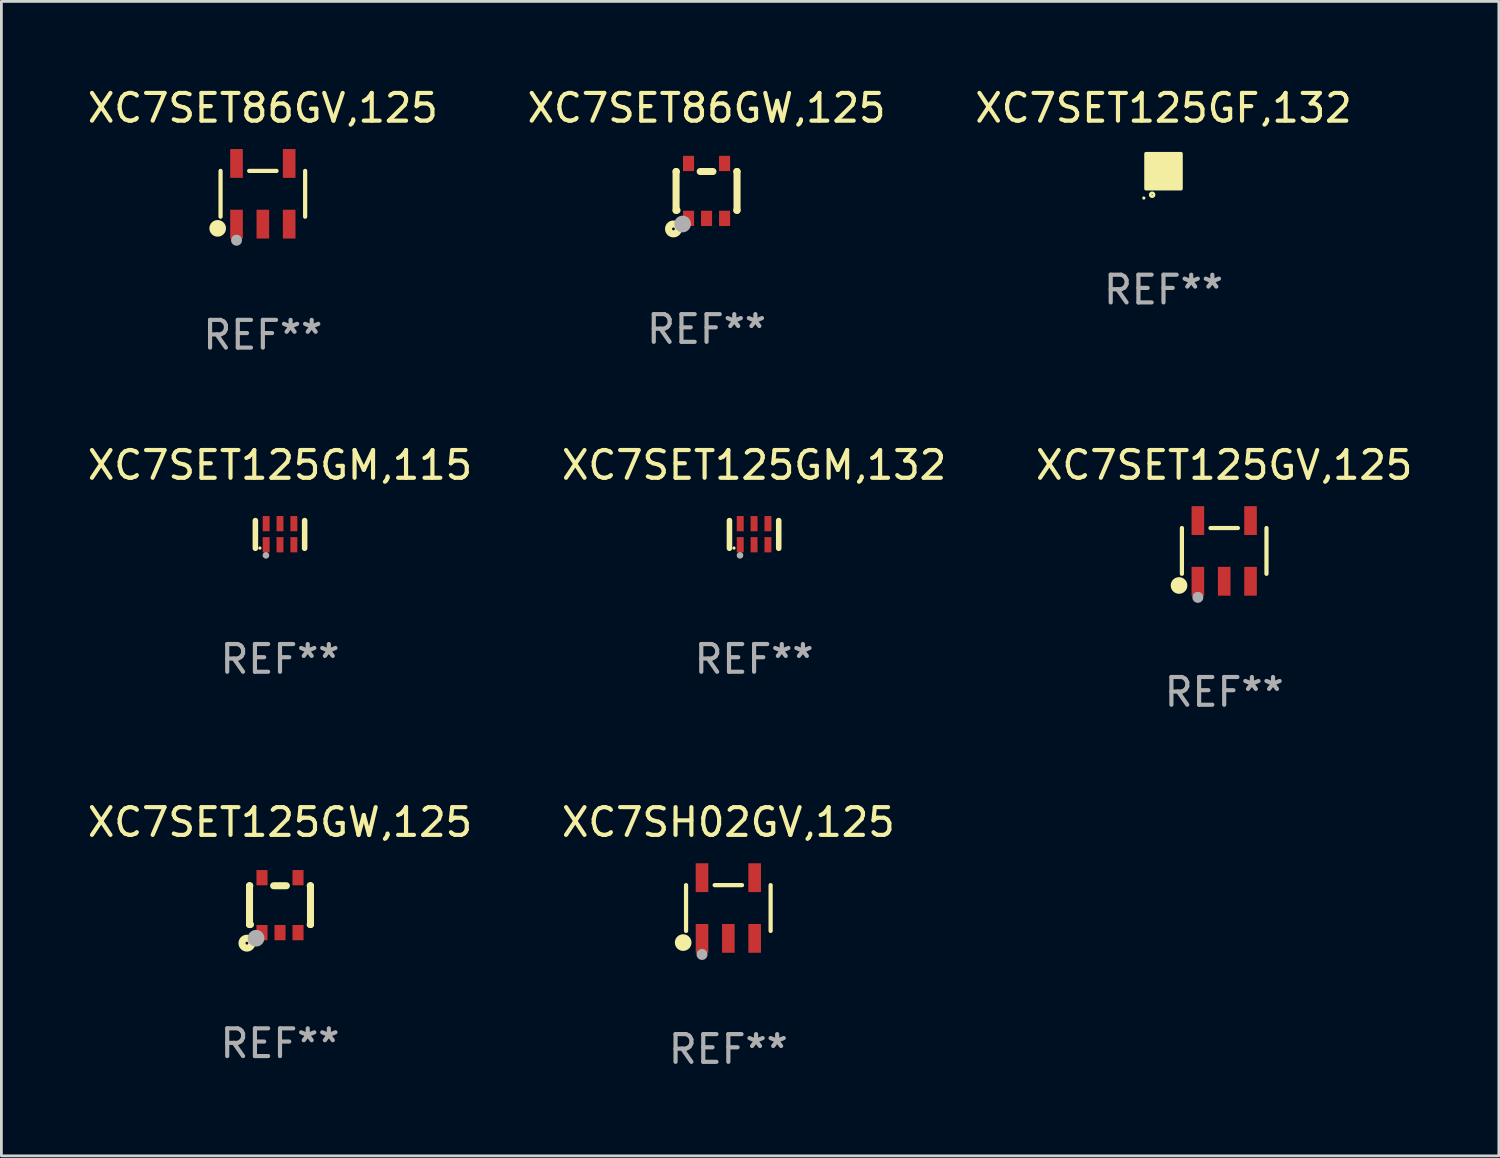
<source format=kicad_pcb>
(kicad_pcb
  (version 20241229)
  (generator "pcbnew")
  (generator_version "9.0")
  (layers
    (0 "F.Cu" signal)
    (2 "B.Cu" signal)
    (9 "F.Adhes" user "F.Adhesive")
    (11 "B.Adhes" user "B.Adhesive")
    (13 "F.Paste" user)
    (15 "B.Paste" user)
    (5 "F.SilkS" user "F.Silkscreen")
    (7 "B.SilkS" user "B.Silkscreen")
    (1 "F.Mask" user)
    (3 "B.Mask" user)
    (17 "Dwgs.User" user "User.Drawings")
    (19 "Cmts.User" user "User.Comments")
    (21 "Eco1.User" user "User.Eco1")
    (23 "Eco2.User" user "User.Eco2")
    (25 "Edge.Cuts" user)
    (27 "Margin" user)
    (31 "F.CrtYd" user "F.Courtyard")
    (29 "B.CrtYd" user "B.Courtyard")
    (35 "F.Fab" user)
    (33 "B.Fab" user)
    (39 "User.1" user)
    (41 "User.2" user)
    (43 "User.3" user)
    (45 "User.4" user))
  (footprint "XC7SET125GM,115"
    (layer "F.Cu")
    (at 7.054 16.235)
    (property "Reference" "XC7SET125GM,115" (at 0 -2.5 0) (layer "F.SilkS") (effects (font (size 1 1) (thickness 0.15))))
    (attr through_hole)
    (fp_line (start -0.889 0.5) (end -0.889 -0.5) (stroke (width 0.2) (type solid)) (layer "F.SilkS"))
    (fp_line (start 0.889 0.5) (end 0.889 -0.5) (stroke (width 0.2) (type solid)) (layer "F.SilkS"))
    (fp_circle (center -0.725 0.492) (end -0.695 0.492) (stroke (width 0.06) (type solid)) (fill no) (layer "F.SilkS"))
    (fp_circle (center -0.508 0.754) (end -0.448 0.754) (stroke (width 0.12) (type solid)) (fill no) (layer "F.Fab"))
    (fp_text user "REF**" (at 0 4.5 0) (layer "F.Fab") (effects (font (size 1 1) (thickness 0.15))))
    (pad "1" smd rect (at -0.5 0.372) (size 0.25 0.55) (layers "F.Cu" "F.Mask" "F.Paste"))
    (pad "2" smd rect (at -0.000127 0.372) (size 0.25 0.55) (layers "F.Cu" "F.Mask" "F.Paste"))
    (pad "3" smd rect (at 0.5 0.372) (size 0.25 0.55) (layers "F.Cu" "F.Mask" "F.Paste"))
    (pad "4" smd rect (at 0.5 -0.388 180) (size 0.25 0.55) (layers "F.Cu" "F.Mask" "F.Paste"))
    (pad "5" smd rect (at -0.000127 -0.388 180) (size 0.25 0.55) (layers "F.Cu" "F.Mask" "F.Paste"))
    (pad "6" smd rect (at -0.5 -0.388 180) (size 0.25 0.55) (layers "F.Cu" "F.Mask" "F.Paste")))
  (footprint "XC7SH02GV,125"
    (layer "F.Cu")
    (at 23.232 29.716)
    (property "Reference" "XC7SH02GV,125" (at 0 -3.095 0) (layer "F.SilkS") (effects (font (size 1 1) (thickness 0.15))))
    (attr through_hole)
    (fp_line (start -1.526 0.826) (end -1.526 -0.826) (stroke (width 0.152) (type solid)) (layer "F.SilkS"))
    (fp_line (start 0.494 -0.826) (end -0.494 -0.826) (stroke (width 0.152) (type solid)) (layer "F.SilkS"))
    (fp_line (start 1.526 0.826) (end 1.526 -0.826) (stroke (width 0.152) (type solid)) (layer "F.SilkS"))
    (fp_circle (center -1.63 1.247) (end -1.48 1.247) (stroke (width 0.3) (type solid)) (fill no) (layer "F.SilkS"))
    (fp_circle (center -1.45 1.375) (end -1.42 1.375) (stroke (width 0.06) (type solid)) (fill no) (layer "F.SilkS"))
    (fp_circle (center -0.95 1.675) (end -0.85 1.675) (stroke (width 0.2) (type solid)) (fill no) (layer "F.Fab"))
    (fp_text user "REF**" (at 0 5.095 0) (layer "F.Fab") (effects (font (size 1 1) (thickness 0.15))))
    (pad "1" smd rect (at -0.95 1.095) (size 0.455 1.04) (layers "F.Cu" "F.Mask" "F.Paste"))
    (pad "2" smd rect (at 0 1.095) (size 0.455 1.04) (layers "F.Cu" "F.Mask" "F.Paste"))
    (pad "3" smd rect (at 0.95 1.095) (size 0.455 1.04) (layers "F.Cu" "F.Mask" "F.Paste"))
    (pad "4" smd rect (at 0.95 -1.095) (size 0.455 1.04) (layers "F.Cu" "F.Mask" "F.Paste"))
    (pad "5" smd rect (at -0.95 -1.095) (size 0.455 1.04) (layers "F.Cu" "F.Mask" "F.Paste")))
  (footprint "XC7SET125GF,132"
    (layer "F.Cu")
    (at 38.935 3.128)
    (property "Reference" "XC7SET125GF,132" (at 0 -2.28 0) (layer "F.SilkS") (effects (font (size 1 1) (thickness 0.15))))
    (attr through_hole)
    (fp_circle (center -0.71 0.968) (end -0.68 0.968) (stroke (width 0.06) (type solid)) (fill no) (layer "F.SilkS"))
    (fp_circle (center -0.41 0.85) (end -0.342 0.85) (stroke (width 0.1) (type solid)) (fill no) (layer "F.SilkS"))
    (fp_poly (pts (xy -0.635 -0.635) (xy 0.635 -0.635) (xy 0.635 0.635) (xy -0.635 0.635)) (stroke (width 0.12) (type solid)) (fill yes) (layer "F.SilkS"))
    (fp_text user "REF**" (at 0 4.28 0) (layer "F.Fab") (effects (font (size 1 1) (thickness 0.15))))
    (pad "1" smd rect (at -0.35 0.28 90) (size 0.35 0.2) (layers "F.Cu" "F.Mask" "F.Paste"))
    (pad "2" smd rect (at 0 0.28 90) (size 0.35 0.2) (layers "F.Cu" "F.Mask" "F.Paste"))
    (pad "3" smd rect (at 0.35 0.28 90) (size 0.35 0.2) (layers "F.Cu" "F.Mask" "F.Paste"))
    (pad "4" smd rect (at 0.35 -0.28 90) (size 0.35 0.2) (layers "F.Cu" "F.Mask" "F.Paste"))
    (pad "5" smd rect (at 0 -0.28 90) (size 0.35 0.2) (layers "F.Cu" "F.Mask" "F.Paste"))
    (pad "6" smd rect (at -0.35 -0.28 90) (size 0.35 0.2) (layers "F.Cu" "F.Mask" "F.Paste")))
  (footprint "XC7SET125GV,125"
    (layer "F.Cu")
    (at 41.125 16.83)
    (property "Reference" "XC7SET125GV,125" (at 0 -3.095 0) (layer "F.SilkS") (effects (font (size 1 1) (thickness 0.15))))
    (attr through_hole)
    (fp_line (start -1.526 0.826) (end -1.526 -0.826) (stroke (width 0.152) (type solid)) (layer "F.SilkS"))
    (fp_line (start 0.494 -0.826) (end -0.494 -0.826) (stroke (width 0.152) (type solid)) (layer "F.SilkS"))
    (fp_line (start 1.526 0.826) (end 1.526 -0.826) (stroke (width 0.152) (type solid)) (layer "F.SilkS"))
    (fp_circle (center -1.63 1.247) (end -1.48 1.247) (stroke (width 0.3) (type solid)) (fill no) (layer "F.SilkS"))
    (fp_circle (center -1.45 1.375) (end -1.42 1.375) (stroke (width 0.06) (type solid)) (fill no) (layer "F.SilkS"))
    (fp_circle (center -0.95 1.675) (end -0.85 1.675) (stroke (width 0.2) (type solid)) (fill no) (layer "F.Fab"))
    (fp_text user "REF**" (at 0 5.095 0) (layer "F.Fab") (effects (font (size 1 1) (thickness 0.15))))
    (pad "1" smd rect (at -0.95 1.095) (size 0.455 1.04) (layers "F.Cu" "F.Mask" "F.Paste"))
    (pad "2" smd rect (at 0 1.095) (size 0.455 1.04) (layers "F.Cu" "F.Mask" "F.Paste"))
    (pad "3" smd rect (at 0.95 1.095) (size 0.455 1.04) (layers "F.Cu" "F.Mask" "F.Paste"))
    (pad "4" smd rect (at 0.95 -1.095) (size 0.455 1.04) (layers "F.Cu" "F.Mask" "F.Paste"))
    (pad "5" smd rect (at -0.95 -1.095) (size 0.455 1.04) (layers "F.Cu" "F.Mask" "F.Paste")))
  (footprint "XC7SET125GW,125"
    (layer "F.Cu")
    (at 7.054 29.612)
    (property "Reference" "XC7SET125GW,125" (at 0 -2.991 0) (layer "F.SilkS") (effects (font (size 1 1) (thickness 0.15))))
    (attr through_hole)
    (fp_line (start -1.1 -0.7) (end -1.1 0.7) (stroke (width 0.254) (type solid)) (layer "F.SilkS"))
    (fp_line (start -1.1 -0.7) (end -1.09 -0.7) (stroke (width 0.254) (type solid)) (layer "F.SilkS"))
    (fp_line (start -1.1 0.7) (end -1.065 0.7) (stroke (width 0.254) (type solid)) (layer "F.SilkS"))
    (fp_line (start -0.23 -0.7) (end 0.23 -0.7) (stroke (width 0.254) (type solid)) (layer "F.SilkS"))
    (fp_line (start 1.09 -0.7) (end 1.1 -0.7) (stroke (width 0.254) (type solid)) (layer "F.SilkS"))
    (fp_line (start 1.09 0.7) (end 1.1 0.7) (stroke (width 0.254) (type solid)) (layer "F.SilkS"))
    (fp_line (start 1.1 -0.7) (end 1.1 0.7) (stroke (width 0.254) (type solid)) (layer "F.SilkS"))
    (fp_circle (center -1.194 1.372) (end -1.143 1.372) (stroke (width 0.254) (type solid)) (fill no) (layer "F.SilkS"))
    (fp_circle (center -1.05 1.063) (end -1.02 1.063) (stroke (width 0.06) (type solid)) (fill no) (layer "F.SilkS"))
    (fp_circle (center -0.864 1.194) (end -0.713 1.194) (stroke (width 0.3) (type solid)) (fill no) (layer "F.Fab"))
    (fp_text user "REF**" (at 0 4.991 0) (layer "F.Fab") (effects (font (size 1 1) (thickness 0.15))))
    (pad "1" smd rect (at -0.65 0.991 180) (size 0.399 0.551) (layers "F.Cu" "F.Mask" "F.Paste"))
    (pad "2" smd rect (at 0 0.991 180) (size 0.399 0.551) (layers "F.Cu" "F.Mask" "F.Paste"))
    (pad "3" smd rect (at 0.65 0.991 180) (size 0.399 0.551) (layers "F.Cu" "F.Mask" "F.Paste"))
    (pad "4" smd rect (at 0.65 -0.991 180) (size 0.399 0.551) (layers "F.Cu" "F.Mask" "F.Paste"))
    (pad "5" smd rect (at -0.65 -0.991 180) (size 0.399 0.551) (layers "F.Cu" "F.Mask" "F.Paste")))
  (footprint "XC7SET125GM,132"
    (layer "F.Cu")
    (at 24.161 16.235)
    (property "Reference" "XC7SET125GM,132" (at 0 -2.5 0) (layer "F.SilkS") (effects (font (size 1 1) (thickness 0.15))))
    (attr through_hole)
    (fp_line (start -0.889 0.5) (end -0.889 -0.5) (stroke (width 0.2) (type solid)) (layer "F.SilkS"))
    (fp_line (start 0.889 0.5) (end 0.889 -0.5) (stroke (width 0.2) (type solid)) (layer "F.SilkS"))
    (fp_circle (center -0.725 0.492) (end -0.695 0.492) (stroke (width 0.06) (type solid)) (fill no) (layer "F.SilkS"))
    (fp_circle (center -0.508 0.754) (end -0.448 0.754) (stroke (width 0.12) (type solid)) (fill no) (layer "F.Fab"))
    (fp_text user "REF**" (at 0 4.5 0) (layer "F.Fab") (effects (font (size 1 1) (thickness 0.15))))
    (pad "1" smd rect (at -0.5 0.372) (size 0.25 0.55) (layers "F.Cu" "F.Mask" "F.Paste"))
    (pad "2" smd rect (at -0.000127 0.372) (size 0.25 0.55) (layers "F.Cu" "F.Mask" "F.Paste"))
    (pad "3" smd rect (at 0.5 0.372) (size 0.25 0.55) (layers "F.Cu" "F.Mask" "F.Paste"))
    (pad "4" smd rect (at 0.5 -0.388 180) (size 0.25 0.55) (layers "F.Cu" "F.Mask" "F.Paste"))
    (pad "5" smd rect (at -0.000127 -0.388 180) (size 0.25 0.55) (layers "F.Cu" "F.Mask" "F.Paste"))
    (pad "6" smd rect (at -0.5 -0.388 180) (size 0.25 0.55) (layers "F.Cu" "F.Mask" "F.Paste")))
  (footprint "XC7SET86GV,125"
    (layer "F.Cu")
    (at 6.435 3.943)
    (property "Reference" "XC7SET86GV,125" (at 0 -3.095 0) (layer "F.SilkS") (effects (font (size 1 1) (thickness 0.15))))
    (attr through_hole)
    (fp_line (start -1.526 0.826) (end -1.526 -0.826) (stroke (width 0.152) (type solid)) (layer "F.SilkS"))
    (fp_line (start 0.494 -0.826) (end -0.494 -0.826) (stroke (width 0.152) (type solid)) (layer "F.SilkS"))
    (fp_line (start 1.526 0.826) (end 1.526 -0.826) (stroke (width 0.152) (type solid)) (layer "F.SilkS"))
    (fp_circle (center -1.63 1.247) (end -1.48 1.247) (stroke (width 0.3) (type solid)) (fill no) (layer "F.SilkS"))
    (fp_circle (center -1.45 1.375) (end -1.42 1.375) (stroke (width 0.06) (type solid)) (fill no) (layer "F.SilkS"))
    (fp_circle (center -0.95 1.675) (end -0.85 1.675) (stroke (width 0.2) (type solid)) (fill no) (layer "F.Fab"))
    (fp_text user "REF**" (at 0 5.095 0) (layer "F.Fab") (effects (font (size 1 1) (thickness 0.15))))
    (pad "1" smd rect (at -0.95 1.095) (size 0.455 1.04) (layers "F.Cu" "F.Mask" "F.Paste"))
    (pad "2" smd rect (at 0 1.095) (size 0.455 1.04) (layers "F.Cu" "F.Mask" "F.Paste"))
    (pad "3" smd rect (at 0.95 1.095) (size 0.455 1.04) (layers "F.Cu" "F.Mask" "F.Paste"))
    (pad "4" smd rect (at 0.95 -1.095) (size 0.455 1.04) (layers "F.Cu" "F.Mask" "F.Paste"))
    (pad "5" smd rect (at -0.95 -1.095) (size 0.455 1.04) (layers "F.Cu" "F.Mask" "F.Paste")))
  (footprint "XC7SET86GW,125"
    (layer "F.Cu")
    (at 22.446 3.839)
    (property "Reference" "XC7SET86GW,125" (at 0 -2.991 0) (layer "F.SilkS") (effects (font (size 1 1) (thickness 0.15))))
    (attr through_hole)
    (fp_line (start -1.1 -0.7) (end -1.1 0.7) (stroke (width 0.254) (type solid)) (layer "F.SilkS"))
    (fp_line (start -1.1 -0.7) (end -1.09 -0.7) (stroke (width 0.254) (type solid)) (layer "F.SilkS"))
    (fp_line (start -1.1 0.7) (end -1.065 0.7) (stroke (width 0.254) (type solid)) (layer "F.SilkS"))
    (fp_line (start -0.23 -0.7) (end 0.23 -0.7) (stroke (width 0.254) (type solid)) (layer "F.SilkS"))
    (fp_line (start 1.09 -0.7) (end 1.1 -0.7) (stroke (width 0.254) (type solid)) (layer "F.SilkS"))
    (fp_line (start 1.09 0.7) (end 1.1 0.7) (stroke (width 0.254) (type solid)) (layer "F.SilkS"))
    (fp_line (start 1.1 -0.7) (end 1.1 0.7) (stroke (width 0.254) (type solid)) (layer "F.SilkS"))
    (fp_circle (center -1.194 1.372) (end -1.143 1.372) (stroke (width 0.254) (type solid)) (fill no) (layer "F.SilkS"))
    (fp_circle (center -1.05 1.063) (end -1.02 1.063) (stroke (width 0.06) (type solid)) (fill no) (layer "F.SilkS"))
    (fp_circle (center -0.864 1.194) (end -0.713 1.194) (stroke (width 0.3) (type solid)) (fill no) (layer "F.Fab"))
    (fp_text user "REF**" (at 0 4.991 0) (layer "F.Fab") (effects (font (size 1 1) (thickness 0.15))))
    (pad "1" smd rect (at -0.65 0.991 180) (size 0.399 0.551) (layers "F.Cu" "F.Mask" "F.Paste"))
    (pad "2" smd rect (at 0 0.991 180) (size 0.399 0.551) (layers "F.Cu" "F.Mask" "F.Paste"))
    (pad "3" smd rect (at 0.65 0.991 180) (size 0.399 0.551) (layers "F.Cu" "F.Mask" "F.Paste"))
    (pad "4" smd rect (at 0.65 -0.991 180) (size 0.399 0.551) (layers "F.Cu" "F.Mask" "F.Paste"))
    (pad "5" smd rect (at -0.65 -0.991 180) (size 0.399 0.551) (layers "F.Cu" "F.Mask" "F.Paste")))
  (gr_rect
    (start -3 -3)
    (end 51.036 38.659)
    (stroke (width 0.1) (type default))
    (fill no)
    (layer "Edge.Cuts")))
</source>
